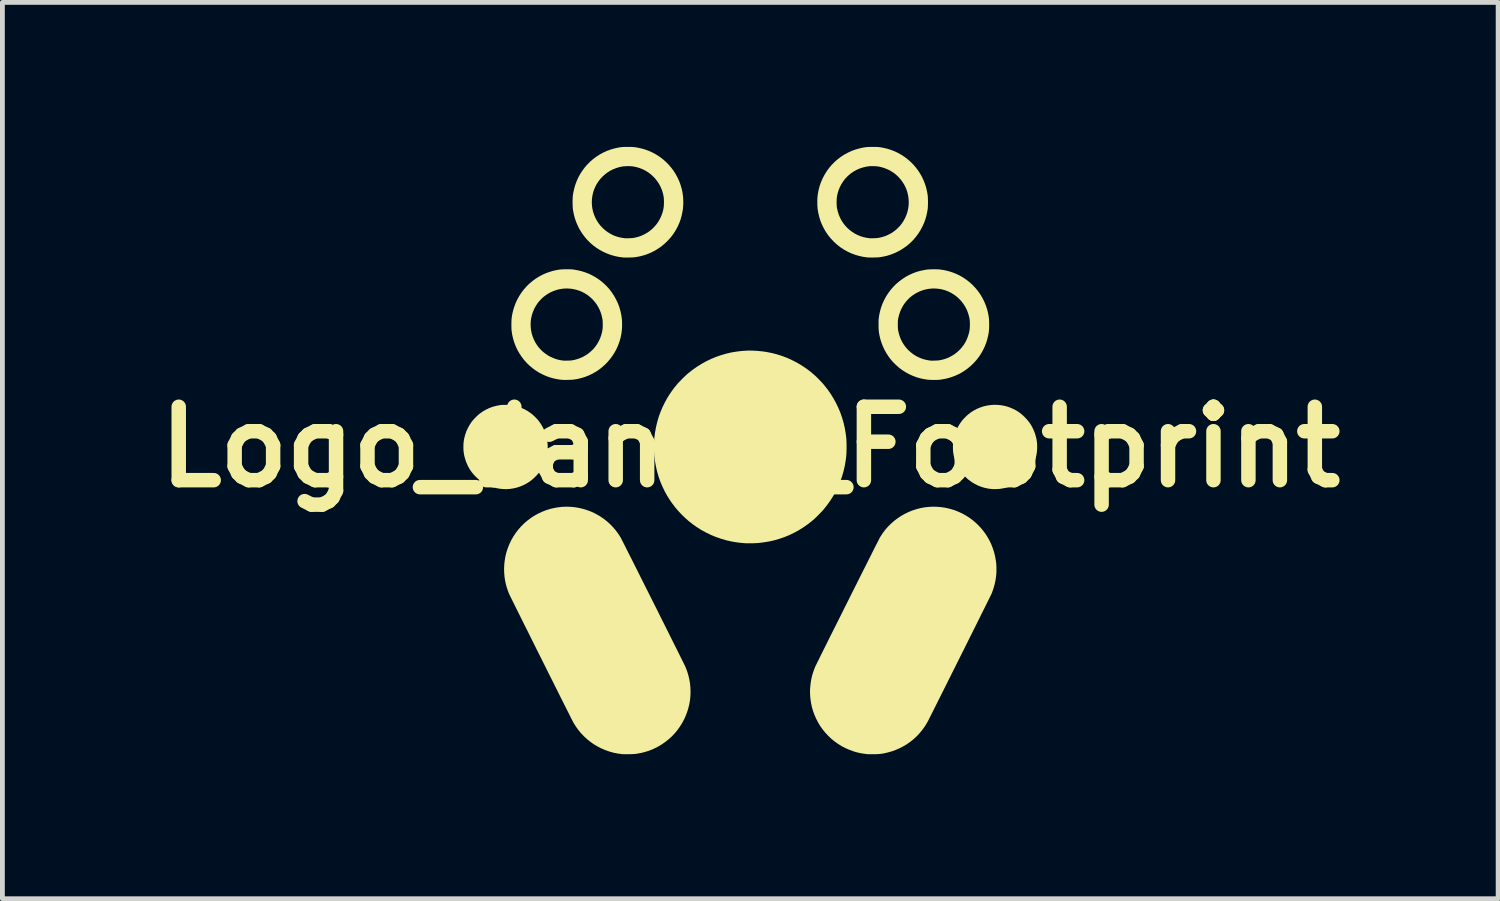
<source format=kicad_pcb>
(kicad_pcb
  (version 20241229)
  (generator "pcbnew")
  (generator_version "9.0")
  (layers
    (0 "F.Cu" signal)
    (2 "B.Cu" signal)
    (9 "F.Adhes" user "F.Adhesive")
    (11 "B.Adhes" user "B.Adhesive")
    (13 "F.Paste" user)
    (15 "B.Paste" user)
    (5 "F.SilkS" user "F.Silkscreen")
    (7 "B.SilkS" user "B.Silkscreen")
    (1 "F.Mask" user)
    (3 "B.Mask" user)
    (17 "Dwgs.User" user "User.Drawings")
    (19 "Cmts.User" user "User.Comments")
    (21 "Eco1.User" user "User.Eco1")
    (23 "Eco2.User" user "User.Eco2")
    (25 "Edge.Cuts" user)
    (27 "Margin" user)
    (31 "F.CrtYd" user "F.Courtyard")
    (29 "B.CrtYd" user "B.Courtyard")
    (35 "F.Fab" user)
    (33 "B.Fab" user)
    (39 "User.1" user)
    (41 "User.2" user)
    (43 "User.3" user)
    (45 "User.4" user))
  (footprint "Logo_Janus_Footprint"
    (layer "F.Cu")
    (at 12.526 6.229)
    (property "Reference" "Logo_Janus_Footprint" (at 0 0 0) (layer "F.SilkS") (effects (font (size 1.524 1.524) (thickness 0.3))))
    (attr board_only exclude_from_pos_files exclude_from_bom)
    (fp_poly (pts (xy 5.126 -0.874) (xy 5.199 -0.867) (xy 5.259 -0.857) (xy 5.323 -0.842) (xy 5.387 -0.82) (xy 5.45 -0.794) (xy 5.511 -0.763) (xy 5.542 -0.745) (xy 5.594 -0.709) (xy 5.645 -0.668) (xy 5.694 -0.623) (xy 5.74 -0.574) (xy 5.782 -0.523) (xy 5.819 -0.471) (xy 5.826 -0.46) (xy 5.853 -0.413) (xy 5.877 -0.362) (xy 5.9 -0.308) (xy 5.918 -0.254) (xy 5.933 -0.2) (xy 5.939 -0.176) (xy 5.945 -0.142) (xy 5.949 -0.112) (xy 5.953 -0.083) (xy 5.955 -0.053) (xy 5.955 -0.021) (xy 5.956 0) (xy 5.954 0.062) (xy 5.948 0.121) (xy 5.938 0.178) (xy 5.924 0.235) (xy 5.912 0.275) (xy 5.886 0.344) (xy 5.855 0.408) (xy 5.819 0.47) (xy 5.778 0.529) (xy 5.731 0.585) (xy 5.699 0.618) (xy 5.643 0.669) (xy 5.585 0.715) (xy 5.523 0.756) (xy 5.459 0.79) (xy 5.392 0.819) (xy 5.323 0.842) (xy 5.25 0.859) (xy 5.192 0.868) (xy 5.169 0.871) (xy 5.141 0.873) (xy 5.111 0.874) (xy 5.081 0.875) (xy 5.053 0.875) (xy 5.028 0.874) (xy 5.015 0.873) (xy 4.939 0.864) (xy 4.866 0.849) (xy 4.795 0.827) (xy 4.726 0.8) (xy 4.66 0.767) (xy 4.597 0.729) (xy 4.536 0.684) (xy 4.524 0.675) (xy 4.505 0.658) (xy 4.483 0.638) (xy 4.461 0.616) (xy 4.439 0.593) (xy 4.418 0.571) (xy 4.4 0.551) (xy 4.392 0.54) (xy 4.351 0.484) (xy 4.316 0.424) (xy 4.284 0.362) (xy 4.258 0.3) (xy 4.241 0.246) (xy 4.228 0.199) (xy 4.219 0.153) (xy 4.212 0.109) (xy 4.208 0.063) (xy 4.207 0.013) (xy 4.207 0) (xy 4.208 -0.051) (xy 4.211 -0.098) (xy 4.217 -0.142) (xy 4.226 -0.187) (xy 4.237 -0.234) (xy 4.241 -0.246) (xy 4.261 -0.306) (xy 4.286 -0.365) (xy 4.315 -0.424) (xy 4.349 -0.48) (xy 4.386 -0.532) (xy 4.395 -0.545) (xy 4.411 -0.563) (xy 4.43 -0.585) (xy 4.452 -0.607) (xy 4.474 -0.63) (xy 4.496 -0.651) (xy 4.517 -0.669) (xy 4.52 -0.672) (xy 4.578 -0.717) (xy 4.639 -0.756) (xy 4.703 -0.79) (xy 4.77 -0.818) (xy 4.838 -0.841) (xy 4.909 -0.858) (xy 4.98 -0.869) (xy 5.053 -0.875)) (stroke (width 0) (type solid)) (fill yes) (layer "F.SilkS"))
    (fp_poly (pts (xy -5.073 -0.874) (xy -5.042 -0.874) (xy -5.014 -0.873) (xy -4.989 -0.871) (xy -4.973 -0.869) (xy -4.898 -0.856) (xy -4.825 -0.837) (xy -4.756 -0.813) (xy -4.689 -0.783) (xy -4.625 -0.748) (xy -4.564 -0.706) (xy -4.541 -0.689) (xy -4.524 -0.675) (xy -4.504 -0.657) (xy -4.482 -0.637) (xy -4.46 -0.615) (xy -4.439 -0.594) (xy -4.42 -0.574) (xy -4.407 -0.559) (xy -4.373 -0.514) (xy -4.34 -0.465) (xy -4.309 -0.412) (xy -4.283 -0.358) (xy -4.266 -0.319) (xy -4.242 -0.25) (xy -4.224 -0.179) (xy -4.212 -0.108) (xy -4.206 -0.036) (xy -4.206 0.036) (xy -4.212 0.107) (xy -4.224 0.178) (xy -4.241 0.248) (xy -4.265 0.316) (xy -4.293 0.382) (xy -4.328 0.446) (xy -4.367 0.507) (xy -4.396 0.545) (xy -4.412 0.564) (xy -4.431 0.585) (xy -4.453 0.608) (xy -4.475 0.63) (xy -4.497 0.651) (xy -4.518 0.669) (xy -4.524 0.675) (xy -4.583 0.72) (xy -4.645 0.759) (xy -4.71 0.793) (xy -4.778 0.821) (xy -4.847 0.844) (xy -4.918 0.86) (xy -4.99 0.871) (xy -5.063 0.876) (xy -5.129 0.874) (xy -5.201 0.867) (xy -5.273 0.854) (xy -5.343 0.835) (xy -5.412 0.81) (xy -5.479 0.78) (xy -5.542 0.745) (xy -5.542 0.744) (xy -5.594 0.709) (xy -5.645 0.668) (xy -5.694 0.623) (xy -5.74 0.575) (xy -5.782 0.524) (xy -5.819 0.472) (xy -5.826 0.46) (xy -5.853 0.413) (xy -5.877 0.362) (xy -5.9 0.308) (xy -5.918 0.254) (xy -5.933 0.2) (xy -5.939 0.176) (xy -5.945 0.142) (xy -5.949 0.112) (xy -5.953 0.083) (xy -5.955 0.053) (xy -5.955 0.021) (xy -5.956 0) (xy -5.955 -0.036) (xy -5.954 -0.067) (xy -5.951 -0.096) (xy -5.948 -0.125) (xy -5.942 -0.157) (xy -5.939 -0.175) (xy -5.921 -0.246) (xy -5.898 -0.316) (xy -5.868 -0.383) (xy -5.833 -0.448) (xy -5.791 -0.512) (xy -5.779 -0.529) (xy -5.76 -0.552) (xy -5.738 -0.577) (xy -5.714 -0.603) (xy -5.687 -0.629) (xy -5.661 -0.654) (xy -5.635 -0.677) (xy -5.612 -0.696) (xy -5.61 -0.697) (xy -5.548 -0.74) (xy -5.483 -0.777) (xy -5.417 -0.808) (xy -5.348 -0.834) (xy -5.276 -0.853) (xy -5.202 -0.867) (xy -5.178 -0.871) (xy -5.157 -0.872) (xy -5.132 -0.874) (xy -5.103 -0.874)) (stroke (width 0) (type solid)) (fill yes) (layer "F.SilkS"))
    (fp_poly (pts (xy 0.157 -1.994) (xy 0.268 -1.982) (xy 0.336 -1.972) (xy 0.447 -1.95) (xy 0.556 -1.922) (xy 0.662 -1.888) (xy 0.767 -1.848) (xy 0.868 -1.802) (xy 0.968 -1.751) (xy 1.064 -1.694) (xy 1.157 -1.632) (xy 1.248 -1.564) (xy 1.335 -1.49) (xy 1.335 -1.49) (xy 1.357 -1.47) (xy 1.381 -1.447) (xy 1.407 -1.421) (xy 1.434 -1.393) (xy 1.461 -1.365) (xy 1.487 -1.338) (xy 1.51 -1.312) (xy 1.529 -1.29) (xy 1.532 -1.286) (xy 1.602 -1.198) (xy 1.667 -1.105) (xy 1.726 -1.01) (xy 1.78 -0.912) (xy 1.828 -0.812) (xy 1.871 -0.709) (xy 1.907 -0.604) (xy 1.938 -0.497) (xy 1.963 -0.388) (xy 1.98 -0.286) (xy 1.985 -0.25) (xy 1.989 -0.217) (xy 1.992 -0.188) (xy 1.995 -0.159) (xy 1.996 -0.13) (xy 1.998 -0.099) (xy 1.998 -0.066) (xy 1.999 -0.028) (xy 1.999 0) (xy 1.999 0.041) (xy 1.998 0.077) (xy 1.997 0.109) (xy 1.996 0.139) (xy 1.994 0.168) (xy 1.991 0.197) (xy 1.988 0.227) (xy 1.983 0.261) (xy 1.98 0.286) (xy 1.961 0.396) (xy 1.936 0.505) (xy 1.905 0.612) (xy 1.868 0.716) (xy 1.825 0.819) (xy 1.776 0.92) (xy 1.722 1.018) (xy 1.662 1.113) (xy 1.596 1.205) (xy 1.532 1.286) (xy 1.514 1.308) (xy 1.492 1.332) (xy 1.467 1.358) (xy 1.44 1.386) (xy 1.411 1.415) (xy 1.383 1.443) (xy 1.355 1.47) (xy 1.329 1.495) (xy 1.305 1.516) (xy 1.286 1.532) (xy 1.196 1.603) (xy 1.103 1.668) (xy 1.008 1.728) (xy 0.909 1.782) (xy 0.809 1.83) (xy 0.706 1.872) (xy 0.601 1.908) (xy 0.494 1.939) (xy 0.385 1.963) (xy 0.274 1.981) (xy 0.162 1.994) (xy 0.049 2) (xy -0.065 2) (xy -0.1 1.999) (xy -0.122 1.997) (xy -0.148 1.995) (xy -0.178 1.992) (xy -0.209 1.989) (xy -0.239 1.986) (xy -0.268 1.982) (xy -0.285 1.98) (xy -0.396 1.961) (xy -0.505 1.936) (xy -0.612 1.904) (xy -0.718 1.867) (xy -0.821 1.824) (xy -0.922 1.775) (xy -1.02 1.721) (xy -1.115 1.661) (xy -1.191 1.607) (xy -1.27 1.546) (xy -1.347 1.478) (xy -1.422 1.406) (xy -1.493 1.33) (xy -1.561 1.251) (xy -1.623 1.169) (xy -1.663 1.112) (xy -1.723 1.017) (xy -1.777 0.92) (xy -1.824 0.822) (xy -1.867 0.721) (xy -1.903 0.618) (xy -1.934 0.512) (xy -1.959 0.403) (xy -1.979 0.292) (xy -1.993 0.177) (xy -1.993 0.175) (xy -1.995 0.149) (xy -1.997 0.119) (xy -1.998 0.085) (xy -1.999 0.048) (xy -1.999 0.009) (xy -1.999 -0.03) (xy -1.999 -0.067) (xy -1.998 -0.103) (xy -1.996 -0.136) (xy -1.994 -0.164) (xy -1.993 -0.175) (xy -1.979 -0.29) (xy -1.959 -0.403) (xy -1.933 -0.514) (xy -1.902 -0.621) (xy -1.864 -0.726) (xy -1.821 -0.829) (xy -1.772 -0.928) (xy -1.718 -1.026) (xy -1.657 -1.12) (xy -1.591 -1.213) (xy -1.532 -1.286) (xy -1.514 -1.308) (xy -1.492 -1.332) (xy -1.467 -1.358) (xy -1.44 -1.386) (xy -1.412 -1.415) (xy -1.383 -1.443) (xy -1.355 -1.47) (xy -1.329 -1.495) (xy -1.305 -1.516) (xy -1.286 -1.532) (xy -1.197 -1.602) (xy -1.105 -1.667) (xy -1.01 -1.726) (xy -0.912 -1.78) (xy -0.812 -1.828) (xy -0.71 -1.87) (xy -0.606 -1.906) (xy -0.5 -1.937) (xy -0.393 -1.962) (xy -0.285 -1.98) (xy -0.175 -1.993) (xy -0.065 -2) (xy 0.046 -2)) (stroke (width 0) (type solid)) (fill yes) (layer "F.SilkS"))
    (fp_poly (pts (xy -3.729 1.243) (xy -3.642 1.251) (xy -3.555 1.266) (xy -3.47 1.286) (xy -3.386 1.312) (xy -3.303 1.343) (xy -3.222 1.381) (xy -3.143 1.425) (xy -3.124 1.436) (xy -3.05 1.486) (xy -2.979 1.541) (xy -2.913 1.6) (xy -2.85 1.665) (xy -2.792 1.733) (xy -2.738 1.806) (xy -2.697 1.87) (xy -2.694 1.875) (xy -2.688 1.886) (xy -2.68 1.902) (xy -2.669 1.923) (xy -2.656 1.949) (xy -2.64 1.979) (xy -2.623 2.014) (xy -2.603 2.053) (xy -2.581 2.096) (xy -2.558 2.143) (xy -2.533 2.193) (xy -2.506 2.246) (xy -2.477 2.303) (xy -2.447 2.362) (xy -2.416 2.424) (xy -2.384 2.489) (xy -2.35 2.555) (xy -2.316 2.624) (xy -2.281 2.694) (xy -2.245 2.766) (xy -2.208 2.839) (xy -2.171 2.913) (xy -2.133 2.988) (xy -2.095 3.064) (xy -2.057 3.14) (xy -2.019 3.216) (xy -1.98 3.293) (xy -1.942 3.369) (xy -1.904 3.445) (xy -1.867 3.52) (xy -1.83 3.594) (xy -1.793 3.667) (xy -1.757 3.739) (xy -1.722 3.809) (xy -1.688 3.877) (xy -1.655 3.944) (xy -1.623 4.008) (xy -1.592 4.07) (xy -1.562 4.13) (xy -1.534 4.186) (xy -1.507 4.239) (xy -1.482 4.29) (xy -1.459 4.336) (xy -1.438 4.379) (xy -1.419 4.418) (xy -1.401 4.453) (xy -1.386 4.483) (xy -1.374 4.509) (xy -1.363 4.53) (xy -1.355 4.546) (xy -1.35 4.557) (xy -1.348 4.561) (xy -1.315 4.645) (xy -1.288 4.731) (xy -1.267 4.818) (xy -1.252 4.905) (xy -1.243 4.994) (xy -1.24 5.082) (xy -1.243 5.171) (xy -1.252 5.259) (xy -1.267 5.346) (xy -1.289 5.433) (xy -1.316 5.518) (xy -1.349 5.601) (xy -1.372 5.651) (xy -1.415 5.732) (xy -1.463 5.808) (xy -1.515 5.881) (xy -1.573 5.95) (xy -1.635 6.015) (xy -1.702 6.075) (xy -1.773 6.13) (xy -1.847 6.181) (xy -1.926 6.227) (xy -1.952 6.24) (xy -2.026 6.276) (xy -2.103 6.306) (xy -2.183 6.331) (xy -2.266 6.352) (xy -2.353 6.368) (xy -2.382 6.372) (xy -2.396 6.374) (xy -2.415 6.375) (xy -2.438 6.376) (xy -2.465 6.377) (xy -2.494 6.378) (xy -2.523 6.379) (xy -2.553 6.379) (xy -2.581 6.379) (xy -2.608 6.379) (xy -2.631 6.378) (xy -2.649 6.378) (xy -2.66 6.377) (xy -2.75 6.365) (xy -2.839 6.347) (xy -2.926 6.323) (xy -3.01 6.293) (xy -3.092 6.258) (xy -3.171 6.218) (xy -3.247 6.173) (xy -3.319 6.122) (xy -3.388 6.067) (xy -3.453 6.007) (xy -3.514 5.943) (xy -3.571 5.874) (xy -3.623 5.801) (xy -3.671 5.724) (xy -3.677 5.713) (xy -3.68 5.707) (xy -3.686 5.695) (xy -3.695 5.678) (xy -3.706 5.656) (xy -3.72 5.63) (xy -3.735 5.598) (xy -3.753 5.563) (xy -3.773 5.523) (xy -3.795 5.479) (xy -3.819 5.432) (xy -3.844 5.382) (xy -3.871 5.328) (xy -3.9 5.271) (xy -3.93 5.211) (xy -3.961 5.149) (xy -3.993 5.084) (xy -4.027 5.017) (xy -4.061 4.949) (xy -4.096 4.878) (xy -4.132 4.807) (xy -4.169 4.734) (xy -4.206 4.659) (xy -4.243 4.585) (xy -4.281 4.509) (xy -4.319 4.433) (xy -4.357 4.357) (xy -4.395 4.281) (xy -4.433 4.206) (xy -4.47 4.13) (xy -4.507 4.056) (xy -4.544 3.983) (xy -4.58 3.91) (xy -4.615 3.839) (xy -4.65 3.77) (xy -4.684 3.703) (xy -4.716 3.637) (xy -4.748 3.574) (xy -4.778 3.513) (xy -4.807 3.455) (xy -4.834 3.4) (xy -4.86 3.349) (xy -4.884 3.3) (xy -4.906 3.255) (xy -4.927 3.214) (xy -4.945 3.177) (xy -4.961 3.144) (xy -4.975 3.116) (xy -4.987 3.092) (xy -4.996 3.073) (xy -5.003 3.059) (xy -5.007 3.051) (xy -5.008 3.049) (xy -5.031 2.989) (xy -5.053 2.925) (xy -5.071 2.86) (xy -5.086 2.796) (xy -5.092 2.761) (xy -5.103 2.687) (xy -5.109 2.609) (xy -5.111 2.531) (xy -5.108 2.454) (xy -5.101 2.379) (xy -5.098 2.358) (xy -5.083 2.269) (xy -5.061 2.182) (xy -5.033 2.097) (xy -5 2.014) (xy -4.961 1.934) (xy -4.917 1.857) (xy -4.868 1.783) (xy -4.814 1.713) (xy -4.755 1.647) (xy -4.692 1.584) (xy -4.624 1.526) (xy -4.552 1.472) (xy -4.487 1.43) (xy -4.409 1.386) (xy -4.328 1.348) (xy -4.246 1.315) (xy -4.161 1.288) (xy -4.076 1.268) (xy -3.99 1.253) (xy -3.903 1.243) (xy -3.816 1.24)) (stroke (width 0) (type solid)) (fill yes) (layer "F.SilkS"))
    (fp_poly (pts (xy 3.877 1.242) (xy 3.966 1.25) (xy 4.055 1.263) (xy 4.068 1.266) (xy 4.155 1.287) (xy 4.241 1.313) (xy 4.324 1.346) (xy 4.404 1.383) (xy 4.482 1.427) (xy 4.556 1.475) (xy 4.627 1.528) (xy 4.695 1.587) (xy 4.758 1.65) (xy 4.817 1.717) (xy 4.872 1.789) (xy 4.914 1.852) (xy 4.959 1.93) (xy 4.999 2.011) (xy 5.032 2.095) (xy 5.06 2.18) (xy 5.082 2.269) (xy 5.098 2.359) (xy 5.107 2.429) (xy 5.108 2.454) (xy 5.11 2.482) (xy 5.11 2.514) (xy 5.11 2.548) (xy 5.11 2.582) (xy 5.109 2.614) (xy 5.107 2.643) (xy 5.105 2.666) (xy 5.093 2.757) (xy 5.074 2.847) (xy 5.05 2.934) (xy 5.02 3.019) (xy 5.008 3.049) (xy 5.005 3.054) (xy 5 3.065) (xy 4.992 3.081) (xy 4.982 3.102) (xy 4.969 3.128) (xy 4.954 3.159) (xy 4.937 3.194) (xy 4.917 3.233) (xy 4.896 3.276) (xy 4.873 3.322) (xy 4.848 3.372) (xy 4.821 3.426) (xy 4.793 3.482) (xy 4.764 3.542) (xy 4.733 3.603) (xy 4.701 3.668) (xy 4.668 3.734) (xy 4.634 3.802) (xy 4.599 3.873) (xy 4.563 3.944) (xy 4.527 4.017) (xy 4.49 4.091) (xy 4.453 4.166) (xy 4.415 4.241) (xy 4.377 4.317) (xy 4.339 4.393) (xy 4.301 4.469) (xy 4.263 4.545) (xy 4.226 4.62) (xy 4.188 4.694) (xy 4.152 4.768) (xy 4.115 4.84) (xy 4.08 4.912) (xy 4.045 4.981) (xy 4.011 5.049) (xy 3.978 5.115) (xy 3.946 5.178) (xy 3.916 5.239) (xy 3.886 5.298) (xy 3.859 5.353) (xy 3.832 5.406) (xy 3.808 5.455) (xy 3.785 5.5) (xy 3.764 5.542) (xy 3.745 5.58) (xy 3.728 5.614) (xy 3.713 5.643) (xy 3.701 5.667) (xy 3.691 5.687) (xy 3.683 5.701) (xy 3.678 5.711) (xy 3.677 5.713) (xy 3.63 5.791) (xy 3.578 5.864) (xy 3.522 5.934) (xy 3.462 5.999) (xy 3.397 6.06) (xy 3.328 6.116) (xy 3.256 6.167) (xy 3.18 6.213) (xy 3.101 6.254) (xy 3.019 6.29) (xy 2.935 6.32) (xy 2.852 6.343) (xy 2.814 6.352) (xy 2.78 6.36) (xy 2.747 6.366) (xy 2.716 6.37) (xy 2.684 6.374) (xy 2.65 6.376) (xy 2.612 6.378) (xy 2.571 6.378) (xy 2.557 6.379) (xy 2.531 6.379) (xy 2.506 6.379) (xy 2.484 6.379) (xy 2.465 6.379) (xy 2.45 6.379) (xy 2.441 6.378) (xy 2.437 6.378) (xy 2.364 6.369) (xy 2.294 6.358) (xy 2.227 6.343) (xy 2.161 6.325) (xy 2.135 6.316) (xy 2.051 6.285) (xy 1.969 6.249) (xy 1.891 6.208) (xy 1.817 6.161) (xy 1.746 6.11) (xy 1.679 6.055) (xy 1.616 5.995) (xy 1.557 5.931) (xy 1.502 5.864) (xy 1.452 5.793) (xy 1.407 5.718) (xy 1.367 5.641) (xy 1.332 5.561) (xy 1.302 5.479) (xy 1.278 5.394) (xy 1.26 5.307) (xy 1.248 5.219) (xy 1.247 5.21) (xy 1.243 5.164) (xy 1.241 5.122) (xy 1.24 5.083) (xy 1.24 5.044) (xy 1.242 5.018) (xy 1.25 4.928) (xy 1.263 4.841) (xy 1.281 4.757) (xy 1.305 4.675) (xy 1.335 4.594) (xy 1.348 4.561) (xy 1.351 4.555) (xy 1.357 4.543) (xy 1.366 4.525) (xy 1.377 4.503) (xy 1.39 4.476) (xy 1.406 4.444) (xy 1.424 4.408) (xy 1.443 4.368) (xy 1.465 4.324) (xy 1.489 4.277) (xy 1.514 4.226) (xy 1.541 4.171) (xy 1.57 4.114) (xy 1.6 4.054) (xy 1.631 3.991) (xy 1.663 3.926) (xy 1.697 3.859) (xy 1.731 3.79) (xy 1.767 3.72) (xy 1.803 3.648) (xy 1.84 3.574) (xy 1.877 3.5) (xy 1.915 3.424) (xy 1.952 3.349) (xy 1.991 3.272) (xy 2.029 3.196) (xy 2.067 3.12) (xy 2.105 3.044) (xy 2.143 2.968) (xy 2.181 2.893) (xy 2.218 2.819) (xy 2.254 2.746) (xy 2.29 2.675) (xy 2.325 2.605) (xy 2.359 2.537) (xy 2.393 2.471) (xy 2.425 2.407) (xy 2.455 2.346) (xy 2.485 2.288) (xy 2.513 2.232) (xy 2.539 2.179) (xy 2.564 2.13) (xy 2.587 2.084) (xy 2.608 2.042) (xy 2.628 2.005) (xy 2.645 1.971) (xy 2.66 1.942) (xy 2.672 1.917) (xy 2.682 1.897) (xy 2.69 1.882) (xy 2.695 1.873) (xy 2.697 1.87) (xy 2.746 1.794) (xy 2.8 1.722) (xy 2.858 1.655) (xy 2.921 1.593) (xy 2.986 1.535) (xy 3.056 1.482) (xy 3.128 1.434) (xy 3.203 1.391) (xy 3.281 1.353) (xy 3.361 1.32) (xy 3.444 1.293) (xy 3.528 1.271) (xy 3.613 1.255) (xy 3.7 1.245) (xy 3.788 1.24)) (stroke (width 0) (type solid)) (fill yes) (layer "F.SilkS"))
    (fp_poly (pts (xy -3.774 -3.689) (xy -3.741 -3.688) (xy -3.712 -3.687) (xy -3.686 -3.685) (xy -3.67 -3.683) (xy -3.583 -3.668) (xy -3.5 -3.648) (xy -3.419 -3.622) (xy -3.341 -3.591) (xy -3.265 -3.553) (xy -3.192 -3.51) (xy -3.121 -3.461) (xy -3.085 -3.433) (xy -3.064 -3.415) (xy -3.039 -3.393) (xy -3.014 -3.369) (xy -2.988 -3.344) (xy -2.964 -3.319) (xy -2.942 -3.295) (xy -2.924 -3.274) (xy -2.872 -3.205) (xy -2.825 -3.133) (xy -2.784 -3.058) (xy -2.748 -2.981) (xy -2.718 -2.902) (xy -2.695 -2.82) (xy -2.677 -2.737) (xy -2.666 -2.653) (xy -2.665 -2.642) (xy -2.663 -2.621) (xy -2.662 -2.595) (xy -2.662 -2.566) (xy -2.661 -2.536) (xy -2.662 -2.506) (xy -2.662 -2.478) (xy -2.664 -2.453) (xy -2.665 -2.439) (xy -2.675 -2.354) (xy -2.692 -2.27) (xy -2.715 -2.189) (xy -2.744 -2.11) (xy -2.778 -2.033) (xy -2.818 -1.959) (xy -2.864 -1.888) (xy -2.915 -1.82) (xy -2.971 -1.755) (xy -2.998 -1.727) (xy -3.061 -1.669) (xy -3.127 -1.615) (xy -3.197 -1.567) (xy -3.27 -1.525) (xy -3.345 -1.488) (xy -3.424 -1.457) (xy -3.506 -1.431) (xy -3.59 -1.411) (xy -3.665 -1.399) (xy -3.68 -1.397) (xy -3.7 -1.396) (xy -3.725 -1.394) (xy -3.752 -1.394) (xy -3.781 -1.393) (xy -3.81 -1.392) (xy -3.839 -1.392) (xy -3.865 -1.392) (xy -3.889 -1.393) (xy -3.909 -1.394) (xy -3.919 -1.394) (xy -4.003 -1.406) (xy -4.085 -1.423) (xy -4.165 -1.446) (xy -4.242 -1.474) (xy -4.317 -1.508) (xy -4.389 -1.546) (xy -4.458 -1.59) (xy -4.523 -1.638) (xy -4.585 -1.69) (xy -4.643 -1.747) (xy -4.697 -1.807) (xy -4.746 -1.871) (xy -4.791 -1.939) (xy -4.832 -2.01) (xy -4.867 -2.084) (xy -4.897 -2.161) (xy -4.922 -2.241) (xy -4.941 -2.323) (xy -4.943 -2.334) (xy -4.947 -2.361) (xy -4.951 -2.385) (xy -4.954 -2.407) (xy -4.956 -2.429) (xy -4.958 -2.453) (xy -4.958 -2.478) (xy -4.959 -2.508) (xy -4.959 -2.541) (xy -4.959 -2.56) (xy -4.56 -2.56) (xy -4.559 -2.493) (xy -4.551 -2.426) (xy -4.538 -2.36) (xy -4.519 -2.295) (xy -4.494 -2.232) (xy -4.464 -2.172) (xy -4.428 -2.115) (xy -4.398 -2.074) (xy -4.353 -2.023) (xy -4.304 -1.976) (xy -4.25 -1.934) (xy -4.193 -1.896) (xy -4.143 -1.869) (xy -4.081 -1.842) (xy -4.02 -1.82) (xy -3.958 -1.805) (xy -3.923 -1.799) (xy -3.908 -1.797) (xy -3.894 -1.795) (xy -3.884 -1.794) (xy -3.879 -1.793) (xy -3.873 -1.793) (xy -3.862 -1.792) (xy -3.847 -1.792) (xy -3.828 -1.792) (xy -3.808 -1.793) (xy -3.798 -1.793) (xy -3.771 -1.793) (xy -3.748 -1.794) (xy -3.729 -1.795) (xy -3.712 -1.797) (xy -3.696 -1.799) (xy -3.689 -1.8) (xy -3.637 -1.811) (xy -3.588 -1.825) (xy -3.543 -1.84) (xy -3.542 -1.841) (xy -3.478 -1.869) (xy -3.418 -1.902) (xy -3.362 -1.94) (xy -3.31 -1.983) (xy -3.262 -2.029) (xy -3.219 -2.08) (xy -3.18 -2.135) (xy -3.147 -2.193) (xy -3.118 -2.254) (xy -3.095 -2.318) (xy -3.077 -2.385) (xy -3.069 -2.43) (xy -3.066 -2.452) (xy -3.064 -2.478) (xy -3.063 -2.508) (xy -3.063 -2.54) (xy -3.063 -2.571) (xy -3.064 -2.601) (xy -3.066 -2.628) (xy -3.069 -2.651) (xy -3.069 -2.652) (xy -3.083 -2.719) (xy -3.102 -2.785) (xy -3.127 -2.847) (xy -3.157 -2.907) (xy -3.191 -2.963) (xy -3.231 -3.015) (xy -3.274 -3.064) (xy -3.322 -3.109) (xy -3.373 -3.15) (xy -3.428 -3.185) (xy -3.486 -3.217) (xy -3.547 -3.243) (xy -3.611 -3.263) (xy -3.677 -3.278) (xy -3.724 -3.285) (xy -3.792 -3.29) (xy -3.86 -3.289) (xy -3.927 -3.281) (xy -3.993 -3.268) (xy -4.057 -3.248) (xy -4.12 -3.223) (xy -4.181 -3.192) (xy -4.238 -3.156) (xy -4.282 -3.123) (xy -4.302 -3.107) (xy -4.324 -3.087) (xy -4.346 -3.064) (xy -4.368 -3.041) (xy -4.388 -3.018) (xy -4.405 -2.998) (xy -4.41 -2.992) (xy -4.449 -2.933) (xy -4.483 -2.873) (xy -4.51 -2.81) (xy -4.532 -2.745) (xy -4.548 -2.679) (xy -4.556 -2.627) (xy -4.56 -2.56) (xy -4.959 -2.56) (xy -4.959 -2.575) (xy -4.958 -2.604) (xy -4.957 -2.63) (xy -4.956 -2.653) (xy -4.954 -2.675) (xy -4.951 -2.697) (xy -4.947 -2.721) (xy -4.943 -2.747) (xy -4.924 -2.83) (xy -4.9 -2.91) (xy -4.871 -2.988) (xy -4.836 -3.063) (xy -4.796 -3.135) (xy -4.751 -3.204) (xy -4.701 -3.269) (xy -4.647 -3.331) (xy -4.588 -3.389) (xy -4.525 -3.442) (xy -4.459 -3.491) (xy -4.389 -3.535) (xy -4.315 -3.575) (xy -4.238 -3.609) (xy -4.167 -3.634) (xy -4.122 -3.648) (xy -4.079 -3.66) (xy -4.035 -3.669) (xy -3.988 -3.678) (xy -3.951 -3.683) (xy -3.929 -3.685) (xy -3.903 -3.687) (xy -3.873 -3.688) (xy -3.841 -3.689) (xy -3.807 -3.689)) (stroke (width 0) (type solid)) (fill yes) (layer "F.SilkS"))
    (fp_poly (pts (xy 2.577 -6.229) (xy 2.608 -6.229) (xy 2.635 -6.227) (xy 2.66 -6.226) (xy 2.684 -6.223) (xy 2.708 -6.22) (xy 2.734 -6.216) (xy 2.757 -6.211) (xy 2.838 -6.193) (xy 2.918 -6.168) (xy 2.996 -6.138) (xy 3.071 -6.102) (xy 3.143 -6.061) (xy 3.212 -6.015) (xy 3.277 -5.964) (xy 3.339 -5.909) (xy 3.397 -5.849) (xy 3.45 -5.785) (xy 3.499 -5.717) (xy 3.543 -5.645) (xy 3.57 -5.595) (xy 3.602 -5.525) (xy 3.63 -5.451) (xy 3.653 -5.376) (xy 3.67 -5.301) (xy 3.671 -5.297) (xy 3.676 -5.269) (xy 3.68 -5.243) (xy 3.683 -5.218) (xy 3.686 -5.194) (xy 3.687 -5.169) (xy 3.688 -5.14) (xy 3.689 -5.108) (xy 3.689 -5.083) (xy 3.689 -5.049) (xy 3.688 -5.019) (xy 3.687 -4.994) (xy 3.686 -4.971) (xy 3.684 -4.949) (xy 3.681 -4.927) (xy 3.677 -4.903) (xy 3.673 -4.877) (xy 3.672 -4.875) (xy 3.656 -4.799) (xy 3.635 -4.727) (xy 3.609 -4.655) (xy 3.577 -4.584) (xy 3.537 -4.508) (xy 3.492 -4.435) (xy 3.442 -4.367) (xy 3.388 -4.303) (xy 3.329 -4.243) (xy 3.265 -4.187) (xy 3.197 -4.137) (xy 3.126 -4.091) (xy 3.058 -4.054) (xy 2.989 -4.022) (xy 2.92 -3.995) (xy 2.849 -3.972) (xy 2.776 -3.955) (xy 2.699 -3.941) (xy 2.687 -3.939) (xy 2.669 -3.937) (xy 2.646 -3.936) (xy 2.619 -3.935) (xy 2.589 -3.934) (xy 2.559 -3.933) (xy 2.527 -3.933) (xy 2.497 -3.933) (xy 2.47 -3.934) (xy 2.445 -3.934) (xy 2.426 -3.936) (xy 2.422 -3.936) (xy 2.334 -3.949) (xy 2.25 -3.968) (xy 2.168 -3.993) (xy 2.089 -4.023) (xy 2.013 -4.059) (xy 1.94 -4.1) (xy 1.869 -4.147) (xy 1.803 -4.199) (xy 1.739 -4.257) (xy 1.729 -4.267) (xy 1.67 -4.33) (xy 1.616 -4.396) (xy 1.568 -4.466) (xy 1.526 -4.539) (xy 1.489 -4.614) (xy 1.457 -4.693) (xy 1.432 -4.774) (xy 1.412 -4.859) (xy 1.399 -4.935) (xy 1.397 -4.955) (xy 1.395 -4.98) (xy 1.393 -5.009) (xy 1.392 -5.04) (xy 1.392 -5.071) (xy 1.392 -5.08) (xy 1.792 -5.08) (xy 1.793 -5.048) (xy 1.794 -5.016) (xy 1.796 -4.988) (xy 1.799 -4.964) (xy 1.8 -4.96) (xy 1.816 -4.89) (xy 1.837 -4.823) (xy 1.863 -4.76) (xy 1.895 -4.7) (xy 1.932 -4.643) (xy 1.975 -4.59) (xy 2.012 -4.55) (xy 2.061 -4.505) (xy 2.115 -4.465) (xy 2.171 -4.429) (xy 2.23 -4.399) (xy 2.291 -4.374) (xy 2.354 -4.355) (xy 2.418 -4.342) (xy 2.428 -4.34) (xy 2.443 -4.338) (xy 2.457 -4.336) (xy 2.468 -4.334) (xy 2.472 -4.334) (xy 2.478 -4.333) (xy 2.489 -4.333) (xy 2.505 -4.333) (xy 2.523 -4.333) (xy 2.544 -4.333) (xy 2.553 -4.333) (xy 2.581 -4.334) (xy 2.604 -4.335) (xy 2.623 -4.336) (xy 2.64 -4.338) (xy 2.656 -4.34) (xy 2.663 -4.341) (xy 2.732 -4.356) (xy 2.799 -4.377) (xy 2.862 -4.404) (xy 2.922 -4.435) (xy 2.979 -4.473) (xy 3.032 -4.515) (xy 3.067 -4.548) (xy 3.11 -4.593) (xy 3.147 -4.64) (xy 3.179 -4.689) (xy 3.209 -4.742) (xy 3.212 -4.749) (xy 3.24 -4.812) (xy 3.262 -4.877) (xy 3.277 -4.943) (xy 3.287 -5.01) (xy 3.29 -5.077) (xy 3.287 -5.145) (xy 3.278 -5.213) (xy 3.263 -5.28) (xy 3.252 -5.318) (xy 3.228 -5.381) (xy 3.198 -5.441) (xy 3.163 -5.498) (xy 3.123 -5.552) (xy 3.079 -5.603) (xy 3.03 -5.649) (xy 2.977 -5.691) (xy 2.92 -5.727) (xy 2.869 -5.755) (xy 2.805 -5.782) (xy 2.739 -5.804) (xy 2.671 -5.82) (xy 2.653 -5.823) (xy 2.631 -5.826) (xy 2.604 -5.828) (xy 2.574 -5.829) (xy 2.543 -5.83) (xy 2.514 -5.83) (xy 2.487 -5.829) (xy 2.469 -5.828) (xy 2.402 -5.818) (xy 2.336 -5.802) (xy 2.272 -5.781) (xy 2.21 -5.754) (xy 2.151 -5.722) (xy 2.095 -5.684) (xy 2.069 -5.664) (xy 2.017 -5.618) (xy 1.97 -5.568) (xy 1.929 -5.514) (xy 1.892 -5.457) (xy 1.86 -5.396) (xy 1.834 -5.332) (xy 1.814 -5.266) (xy 1.799 -5.196) (xy 1.799 -5.194) (xy 1.796 -5.171) (xy 1.794 -5.144) (xy 1.793 -5.113) (xy 1.792 -5.08) (xy 1.392 -5.08) (xy 1.392 -5.102) (xy 1.392 -5.132) (xy 1.393 -5.158) (xy 1.394 -5.177) (xy 1.404 -5.262) (xy 1.421 -5.346) (xy 1.443 -5.427) (xy 1.472 -5.507) (xy 1.506 -5.584) (xy 1.547 -5.66) (xy 1.59 -5.729) (xy 1.64 -5.797) (xy 1.695 -5.861) (xy 1.755 -5.921) (xy 1.818 -5.976) (xy 1.885 -6.026) (xy 1.955 -6.071) (xy 2.029 -6.111) (xy 2.105 -6.146) (xy 2.185 -6.175) (xy 2.266 -6.198) (xy 2.318 -6.21) (xy 2.347 -6.215) (xy 2.373 -6.22) (xy 2.398 -6.223) (xy 2.422 -6.226) (xy 2.447 -6.227) (xy 2.475 -6.229) (xy 2.506 -6.229) (xy 2.541 -6.229)) (stroke (width 0) (type solid)) (fill yes) (layer "F.SilkS"))
    (fp_poly (pts (xy -2.508 -6.229) (xy -2.479 -6.229) (xy -2.453 -6.228) (xy -2.43 -6.226) (xy -2.408 -6.224) (xy -2.386 -6.222) (xy -2.363 -6.218) (xy -2.337 -6.213) (xy -2.334 -6.213) (xy -2.252 -6.195) (xy -2.172 -6.171) (xy -2.095 -6.142) (xy -2.02 -6.107) (xy -1.948 -6.067) (xy -1.879 -6.022) (xy -1.814 -5.973) (xy -1.753 -5.919) (xy -1.695 -5.861) (xy -1.642 -5.799) (xy -1.593 -5.734) (xy -1.549 -5.664) (xy -1.51 -5.592) (xy -1.475 -5.517) (xy -1.447 -5.439) (xy -1.424 -5.36) (xy -1.41 -5.297) (xy -1.401 -5.236) (xy -1.394 -5.174) (xy -1.391 -5.11) (xy -1.391 -5.081) (xy -1.391 -5.043) (xy -1.393 -5.009) (xy -1.395 -4.977) (xy -1.398 -4.946) (xy -1.403 -4.912) (xy -1.406 -4.895) (xy -1.423 -4.81) (xy -1.445 -4.728) (xy -1.474 -4.649) (xy -1.509 -4.572) (xy -1.549 -4.498) (xy -1.594 -4.427) (xy -1.645 -4.359) (xy -1.702 -4.294) (xy -1.729 -4.267) (xy -1.788 -4.212) (xy -1.848 -4.162) (xy -1.912 -4.118) (xy -1.979 -4.077) (xy -2.029 -4.051) (xy -2.096 -4.02) (xy -2.163 -3.994) (xy -2.231 -3.973) (xy -2.303 -3.955) (xy -2.378 -3.942) (xy -2.395 -3.939) (xy -2.41 -3.938) (xy -2.43 -3.936) (xy -2.454 -3.935) (xy -2.482 -3.934) (xy -2.51 -3.933) (xy -2.54 -3.933) (xy -2.568 -3.933) (xy -2.595 -3.933) (xy -2.619 -3.933) (xy -2.638 -3.934) (xy -2.649 -3.935) (xy -2.732 -3.946) (xy -2.815 -3.964) (xy -2.896 -3.987) (xy -2.974 -4.016) (xy -3.05 -4.05) (xy -3.124 -4.09) (xy -3.194 -4.134) (xy -3.261 -4.184) (xy -3.323 -4.238) (xy -3.382 -4.297) (xy -3.398 -4.314) (xy -3.444 -4.37) (xy -3.486 -4.426) (xy -3.523 -4.483) (xy -3.557 -4.543) (xy -3.577 -4.584) (xy -3.609 -4.656) (xy -3.635 -4.727) (xy -3.656 -4.8) (xy -3.672 -4.875) (xy -3.677 -4.902) (xy -3.681 -4.926) (xy -3.684 -4.948) (xy -3.686 -4.97) (xy -3.687 -4.993) (xy -3.688 -5.019) (xy -3.689 -5.048) (xy -3.689 -5.081) (xy -3.29 -5.081) (xy -3.287 -5.013) (xy -3.278 -4.946) (xy -3.263 -4.881) (xy -3.242 -4.818) (xy -3.216 -4.757) (xy -3.185 -4.699) (xy -3.149 -4.644) (xy -3.109 -4.592) (xy -3.063 -4.544) (xy -3.014 -4.5) (xy -2.96 -4.46) (xy -2.903 -4.425) (xy -2.842 -4.394) (xy -2.81 -4.381) (xy -2.776 -4.369) (xy -2.739 -4.358) (xy -2.701 -4.349) (xy -2.664 -4.342) (xy -2.653 -4.34) (xy -2.638 -4.338) (xy -2.624 -4.336) (xy -2.614 -4.334) (xy -2.609 -4.334) (xy -2.603 -4.333) (xy -2.592 -4.333) (xy -2.576 -4.333) (xy -2.558 -4.333) (xy -2.537 -4.333) (xy -2.528 -4.333) (xy -2.5 -4.334) (xy -2.478 -4.335) (xy -2.459 -4.336) (xy -2.442 -4.337) (xy -2.426 -4.34) (xy -2.417 -4.341) (xy -2.361 -4.353) (xy -2.308 -4.368) (xy -2.257 -4.387) (xy -2.206 -4.411) (xy -2.201 -4.413) (xy -2.141 -4.447) (xy -2.086 -4.485) (xy -2.034 -4.528) (xy -1.987 -4.576) (xy -1.944 -4.627) (xy -1.906 -4.682) (xy -1.873 -4.741) (xy -1.845 -4.802) (xy -1.822 -4.866) (xy -1.805 -4.933) (xy -1.799 -4.97) (xy -1.796 -4.992) (xy -1.794 -5.019) (xy -1.793 -5.048) (xy -1.792 -5.08) (xy -1.793 -5.111) (xy -1.794 -5.141) (xy -1.796 -5.168) (xy -1.798 -5.19) (xy -1.798 -5.192) (xy -1.812 -5.261) (xy -1.832 -5.327) (xy -1.858 -5.391) (xy -1.889 -5.452) (xy -1.926 -5.509) (xy -1.968 -5.564) (xy -2.008 -5.608) (xy -2.059 -5.655) (xy -2.113 -5.697) (xy -2.171 -5.733) (xy -2.231 -5.764) (xy -2.294 -5.789) (xy -2.36 -5.809) (xy -2.428 -5.823) (xy -2.469 -5.828) (xy -2.492 -5.829) (xy -2.52 -5.83) (xy -2.55 -5.83) (xy -2.581 -5.829) (xy -2.61 -5.827) (xy -2.637 -5.825) (xy -2.653 -5.823) (xy -2.721 -5.809) (xy -2.786 -5.789) (xy -2.849 -5.764) (xy -2.909 -5.734) (xy -2.966 -5.698) (xy -3.019 -5.657) (xy -3.069 -5.612) (xy -3.115 -5.563) (xy -3.156 -5.509) (xy -3.192 -5.452) (xy -3.214 -5.41) (xy -3.242 -5.347) (xy -3.263 -5.282) (xy -3.278 -5.215) (xy -3.287 -5.147) (xy -3.29 -5.081) (xy -3.689 -5.081) (xy -3.689 -5.116) (xy -3.688 -5.145) (xy -3.687 -5.17) (xy -3.686 -5.194) (xy -3.684 -5.216) (xy -3.681 -5.238) (xy -3.677 -5.262) (xy -3.672 -5.288) (xy -3.654 -5.37) (xy -3.63 -5.45) (xy -3.601 -5.528) (xy -3.566 -5.603) (xy -3.526 -5.675) (xy -3.481 -5.743) (xy -3.432 -5.808) (xy -3.378 -5.869) (xy -3.32 -5.927) (xy -3.258 -5.98) (xy -3.193 -6.028) (xy -3.124 -6.073) (xy -3.051 -6.112) (xy -2.976 -6.146) (xy -2.898 -6.175) (xy -2.817 -6.198) (xy -2.763 -6.21) (xy -2.734 -6.216) (xy -2.707 -6.22) (xy -2.683 -6.223) (xy -2.658 -6.226) (xy -2.632 -6.228) (xy -2.603 -6.229) (xy -2.571 -6.229) (xy -2.542 -6.229)) (stroke (width 0) (type solid)) (fill yes) (layer "F.SilkS"))
    (fp_poly (pts (xy 3.837 -3.689) (xy 3.867 -3.688) (xy 3.896 -3.688) (xy 3.92 -3.686) (xy 3.939 -3.684) (xy 3.94 -3.684) (xy 4.026 -3.671) (xy 4.111 -3.651) (xy 4.192 -3.626) (xy 4.271 -3.595) (xy 4.347 -3.559) (xy 4.42 -3.517) (xy 4.49 -3.469) (xy 4.557 -3.416) (xy 4.621 -3.357) (xy 4.627 -3.35) (xy 4.685 -3.288) (xy 4.737 -3.223) (xy 4.784 -3.153) (xy 4.826 -3.081) (xy 4.863 -3.005) (xy 4.894 -2.927) (xy 4.92 -2.847) (xy 4.939 -2.766) (xy 4.941 -2.757) (xy 4.946 -2.728) (xy 4.95 -2.703) (xy 4.953 -2.679) (xy 4.956 -2.655) (xy 4.957 -2.63) (xy 4.958 -2.602) (xy 4.959 -2.571) (xy 4.959 -2.541) (xy 4.959 -2.505) (xy 4.958 -2.474) (xy 4.957 -2.447) (xy 4.955 -2.422) (xy 4.953 -2.398) (xy 4.95 -2.374) (xy 4.945 -2.348) (xy 4.941 -2.325) (xy 4.922 -2.243) (xy 4.898 -2.163) (xy 4.868 -2.086) (xy 4.832 -2.012) (xy 4.792 -1.94) (xy 4.747 -1.872) (xy 4.697 -1.807) (xy 4.642 -1.746) (xy 4.584 -1.689) (xy 4.521 -1.636) (xy 4.455 -1.588) (xy 4.386 -1.544) (xy 4.313 -1.505) (xy 4.237 -1.472) (xy 4.159 -1.444) (xy 4.089 -1.424) (xy 4.052 -1.416) (xy 4.012 -1.408) (xy 3.971 -1.401) (xy 3.933 -1.396) (xy 3.913 -1.394) (xy 3.895 -1.393) (xy 3.872 -1.392) (xy 3.846 -1.392) (xy 3.819 -1.392) (xy 3.79 -1.392) (xy 3.762 -1.392) (xy 3.737 -1.393) (xy 3.716 -1.394) (xy 3.703 -1.395) (xy 3.664 -1.399) (xy 3.622 -1.406) (xy 3.577 -1.414) (xy 3.533 -1.424) (xy 3.492 -1.435) (xy 3.455 -1.446) (xy 3.375 -1.476) (xy 3.298 -1.511) (xy 3.223 -1.552) (xy 3.152 -1.598) (xy 3.084 -1.649) (xy 3.021 -1.705) (xy 2.961 -1.765) (xy 2.906 -1.83) (xy 2.871 -1.877) (xy 2.826 -1.946) (xy 2.786 -2.018) (xy 2.751 -2.093) (xy 2.721 -2.171) (xy 2.697 -2.25) (xy 2.679 -2.331) (xy 2.677 -2.342) (xy 2.673 -2.367) (xy 2.67 -2.389) (xy 2.667 -2.41) (xy 2.666 -2.43) (xy 2.664 -2.452) (xy 2.663 -2.476) (xy 2.663 -2.504) (xy 2.663 -2.537) (xy 2.663 -2.541) (xy 3.063 -2.541) (xy 3.063 -2.514) (xy 3.064 -2.493) (xy 3.064 -2.476) (xy 3.065 -2.461) (xy 3.066 -2.448) (xy 3.068 -2.435) (xy 3.07 -2.422) (xy 3.07 -2.419) (xy 3.086 -2.349) (xy 3.107 -2.282) (xy 3.133 -2.219) (xy 3.165 -2.159) (xy 3.203 -2.102) (xy 3.245 -2.049) (xy 3.279 -2.012) (xy 3.329 -1.967) (xy 3.382 -1.926) (xy 3.438 -1.89) (xy 3.497 -1.86) (xy 3.558 -1.835) (xy 3.62 -1.815) (xy 3.684 -1.802) (xy 3.698 -1.799) (xy 3.714 -1.797) (xy 3.727 -1.795) (xy 3.738 -1.794) (xy 3.743 -1.793) (xy 3.753 -1.792) (xy 3.768 -1.792) (xy 3.787 -1.792) (xy 3.808 -1.792) (xy 3.831 -1.793) (xy 3.855 -1.794) (xy 3.877 -1.795) (xy 3.897 -1.796) (xy 3.914 -1.798) (xy 3.925 -1.799) (xy 3.993 -1.813) (xy 4.059 -1.833) (xy 4.122 -1.858) (xy 4.182 -1.89) (xy 4.24 -1.926) (xy 4.293 -1.967) (xy 4.344 -2.014) (xy 4.39 -2.065) (xy 4.432 -2.12) (xy 4.438 -2.129) (xy 4.463 -2.17) (xy 4.486 -2.215) (xy 4.507 -2.263) (xy 4.524 -2.312) (xy 4.538 -2.359) (xy 4.539 -2.363) (xy 4.546 -2.39) (xy 4.55 -2.415) (xy 4.554 -2.438) (xy 4.556 -2.461) (xy 4.558 -2.486) (xy 4.559 -2.515) (xy 4.559 -2.541) (xy 4.559 -2.573) (xy 4.558 -2.601) (xy 4.556 -2.625) (xy 4.553 -2.648) (xy 4.55 -2.671) (xy 4.544 -2.696) (xy 4.539 -2.718) (xy 4.52 -2.783) (xy 4.496 -2.845) (xy 4.465 -2.906) (xy 4.43 -2.963) (xy 4.389 -3.017) (xy 4.344 -3.067) (xy 4.295 -3.113) (xy 4.241 -3.155) (xy 4.228 -3.163) (xy 4.17 -3.199) (xy 4.109 -3.229) (xy 4.046 -3.253) (xy 3.982 -3.271) (xy 3.916 -3.283) (xy 3.85 -3.289) (xy 3.784 -3.29) (xy 3.718 -3.284) (xy 3.652 -3.273) (xy 3.587 -3.256) (xy 3.523 -3.232) (xy 3.479 -3.212) (xy 3.418 -3.179) (xy 3.362 -3.141) (xy 3.309 -3.098) (xy 3.261 -3.051) (xy 3.218 -3) (xy 3.179 -2.945) (xy 3.146 -2.886) (xy 3.117 -2.824) (xy 3.094 -2.759) (xy 3.076 -2.691) (xy 3.07 -2.662) (xy 3.068 -2.649) (xy 3.066 -2.636) (xy 3.065 -2.623) (xy 3.064 -2.609) (xy 3.064 -2.592) (xy 3.063 -2.572) (xy 3.063 -2.546) (xy 3.063 -2.541) (xy 2.663 -2.541) (xy 2.663 -2.574) (xy 2.663 -2.602) (xy 2.664 -2.627) (xy 2.665 -2.649) (xy 2.667 -2.67) (xy 2.67 -2.69) (xy 2.673 -2.712) (xy 2.677 -2.737) (xy 2.677 -2.739) (xy 2.695 -2.821) (xy 2.718 -2.902) (xy 2.747 -2.98) (xy 2.782 -3.056) (xy 2.822 -3.129) (xy 2.868 -3.199) (xy 2.918 -3.266) (xy 2.973 -3.329) (xy 3.032 -3.387) (xy 3.097 -3.442) (xy 3.164 -3.491) (xy 3.234 -3.536) (xy 3.305 -3.574) (xy 3.379 -3.607) (xy 3.455 -3.635) (xy 3.533 -3.657) (xy 3.616 -3.674) (xy 3.671 -3.683) (xy 3.69 -3.685) (xy 3.715 -3.686) (xy 3.743 -3.688) (xy 3.773 -3.688) (xy 3.805 -3.689)) (stroke (width 0) (type solid)) (fill yes) (layer "F.SilkS")))
  (gr_rect
    (start -3 -3)
    (end 28.052 15.608)
    (stroke (width 0.1) (type default))
    (fill no)
    (layer "Edge.Cuts")))
</source>
